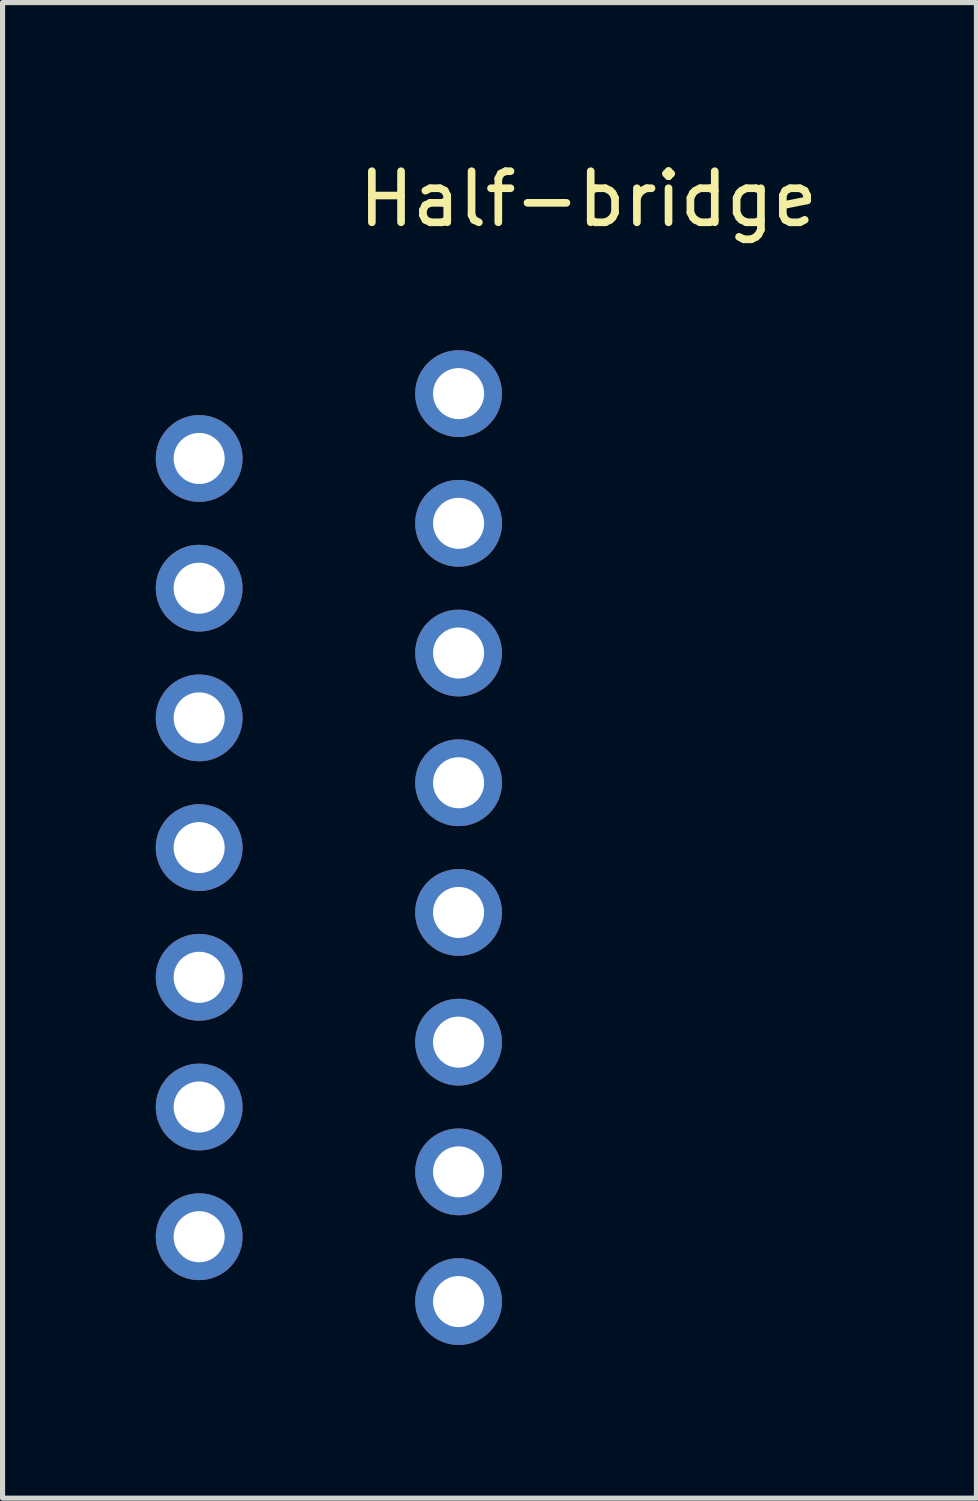
<source format=kicad_pcb>
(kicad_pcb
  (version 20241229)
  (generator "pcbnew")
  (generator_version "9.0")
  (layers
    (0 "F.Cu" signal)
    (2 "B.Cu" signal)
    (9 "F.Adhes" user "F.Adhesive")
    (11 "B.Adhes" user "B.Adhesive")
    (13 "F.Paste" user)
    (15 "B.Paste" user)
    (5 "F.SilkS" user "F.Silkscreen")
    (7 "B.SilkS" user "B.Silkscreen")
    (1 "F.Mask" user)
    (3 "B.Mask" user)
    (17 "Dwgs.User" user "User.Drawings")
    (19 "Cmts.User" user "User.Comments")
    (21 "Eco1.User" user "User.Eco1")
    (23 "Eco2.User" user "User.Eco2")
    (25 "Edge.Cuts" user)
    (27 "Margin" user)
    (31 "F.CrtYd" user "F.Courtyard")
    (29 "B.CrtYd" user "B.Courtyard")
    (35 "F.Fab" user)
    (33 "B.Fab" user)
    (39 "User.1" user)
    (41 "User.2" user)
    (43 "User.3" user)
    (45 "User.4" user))
  (footprint "Half-bridge"
    (layer "F.Cu")
    (at 5.93 22.438)
    (property "Reference" "Half-bridge" (at 2.54 -21.59 0) (layer "F.SilkS") (effects (font (size 1 1) (thickness 0.15))))
    (attr through_hole)
    (pad "1" thru_hole circle (at 0 0) (size 1.7 1.7) (drill 1) (layers "*.Cu" "*.Mask"))
    (pad "2" thru_hole circle (at -5.08 -1.27) (size 1.7 1.7) (drill 1) (layers "*.Cu" "*.Mask"))
    (pad "3" thru_hole circle (at 0 -2.54) (size 1.7 1.7) (drill 1) (layers "*.Cu" "*.Mask"))
    (pad "4" thru_hole circle (at -5.08 -3.81) (size 1.7 1.7) (drill 1) (layers "*.Cu" "*.Mask"))
    (pad "5" thru_hole circle (at 0 -5.08) (size 1.7 1.7) (drill 1) (layers "*.Cu" "*.Mask"))
    (pad "6" thru_hole circle (at -5.08 -6.35) (size 1.7 1.7) (drill 1) (layers "*.Cu" "*.Mask"))
    (pad "7" thru_hole circle (at 0 -7.62) (size 1.7 1.7) (drill 1) (layers "*.Cu" "*.Mask"))
    (pad "8" thru_hole circle (at -5.08 -8.89) (size 1.7 1.7) (drill 1) (layers "*.Cu" "*.Mask"))
    (pad "9" thru_hole circle (at 0 -10.16) (size 1.7 1.7) (drill 1) (layers "*.Cu" "*.Mask"))
    (pad "10" thru_hole circle (at -5.08 -11.43) (size 1.7 1.7) (drill 1) (layers "*.Cu" "*.Mask"))
    (pad "11" thru_hole circle (at 0 -12.7) (size 1.7 1.7) (drill 1) (layers "*.Cu" "*.Mask"))
    (pad "12" thru_hole circle (at -5.08 -13.97) (size 1.7 1.7) (drill 1) (layers "*.Cu" "*.Mask"))
    (pad "13" thru_hole circle (at 0 -15.24) (size 1.7 1.7) (drill 1) (layers "*.Cu" "*.Mask"))
    (pad "14" thru_hole circle (at -5.08 -16.51) (size 1.7 1.7) (drill 1) (layers "*.Cu" "*.Mask"))
    (pad "15" thru_hole circle (at 0 -17.78) (size 1.7 1.7) (drill 1) (layers "*.Cu" "*.Mask")))
  (gr_rect
    (start -3 -3)
    (end 16.071 26.288)
    (stroke (width 0.1) (type default))
    (fill no)
    (layer "Edge.Cuts")))
</source>
